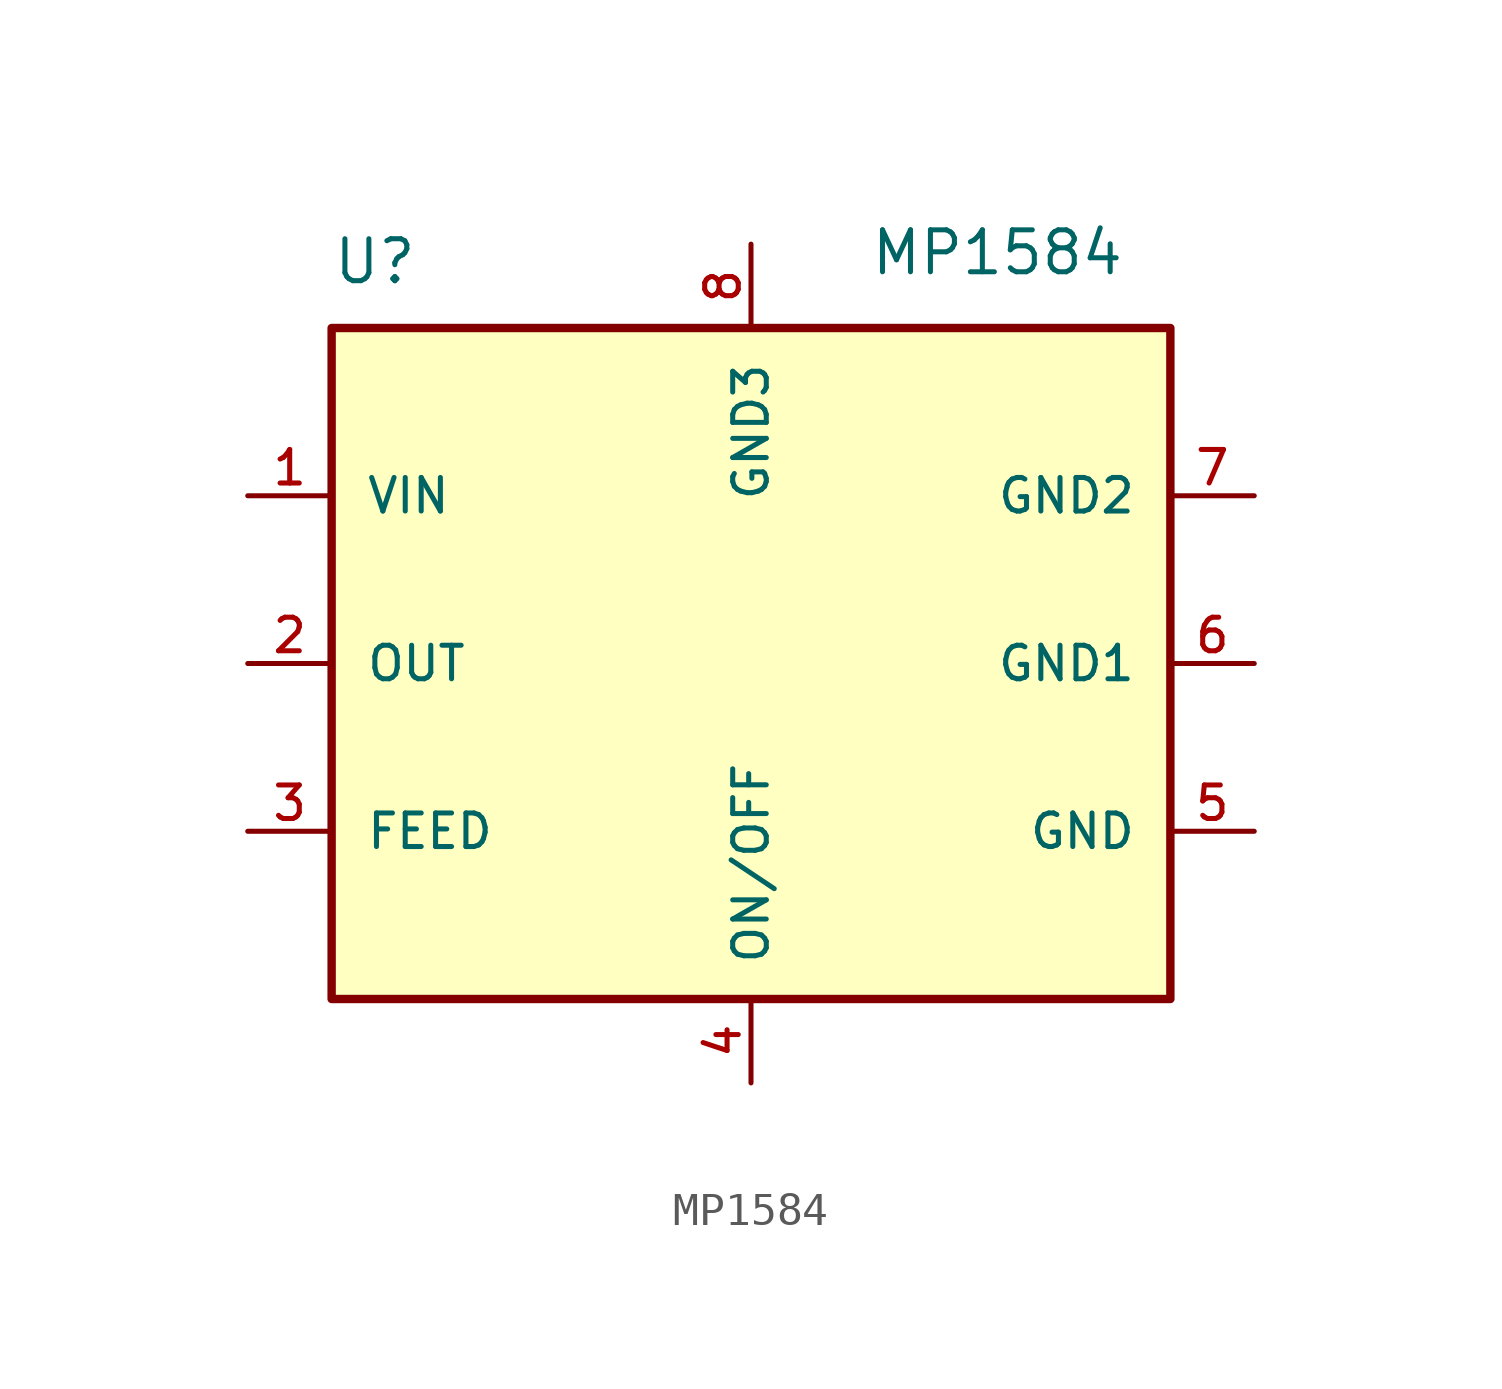
<source format=kicad_sym>
(kicad_symbol_lib
  (version 20211014)
  (generator kicad_symbol_editor)
  (symbol "MP1584"
    (pin_names
      (offset 1.016))
    (property "Reference" "U"
      (at -10.16 8.89 0)
      (effects (font (size 1.27 1.27)) (justify bottom left)))
    (property "Value" "MP1584"
      (at 6.12 9.16 0)
      (effects (font (size 1.27 1.27)) (justify bottom left)))
    (symbol "MP1584_0_0"
      (rectangle (start -10.16 -12.7) (end 15.24 7.62) (stroke (width 0.254)) (fill (type background)))
      (pin input line (at -12.7 2.54 0) (length 2.54) (name "VIN" (effects (font (size 1.016 1.016)))) (number "1" (effects (font (size 1.016 1.016)))))
      (pin input line (at -12.7 -2.54 0) (length 2.54) (name "OUT" (effects (font (size 1.016 1.016)))) (number "2" (effects (font (size 1.016 1.016)))))
      (pin power_in line (at 2.54 -15.24 90.0) (length 2.54) (name "ON/OFF" (effects (font (size 1.016 1.016)))) (number "4" (effects (font (size 1.016 1.016)))))
      (pin output line (at 17.78 2.54 180.0) (length 2.54) (name "GND2" (effects (font (size 1.016 1.016)))) (number "7" (effects (font (size 1.016 1.016)))))
      (pin input line (at 17.78 -2.54 180.0) (length 2.54) (name "GND1" (effects (font (size 1.016 1.016)))) (number "6" (effects (font (size 1.016 1.016)))))
      (pin power_in line (at 17.78 -7.62 180.0) (length 2.54) (name "GND" (effects (font (size 1.016 1.016)))) (number "5" (effects (font (size 1.016 1.016)))))
      (pin input line (at -12.7 -7.62 0) (length 2.54) (name "FEED" (effects (font (size 1.016 1.016)))) (number "3" (effects (font (size 1.016 1.016)))))
      (pin output line (at 2.54 10.16 270.0) (length 2.54) (name "GND3" (effects (font (size 1.016 1.016)))) (number "8" (effects (font (size 1.016 1.016))))))))
</source>
